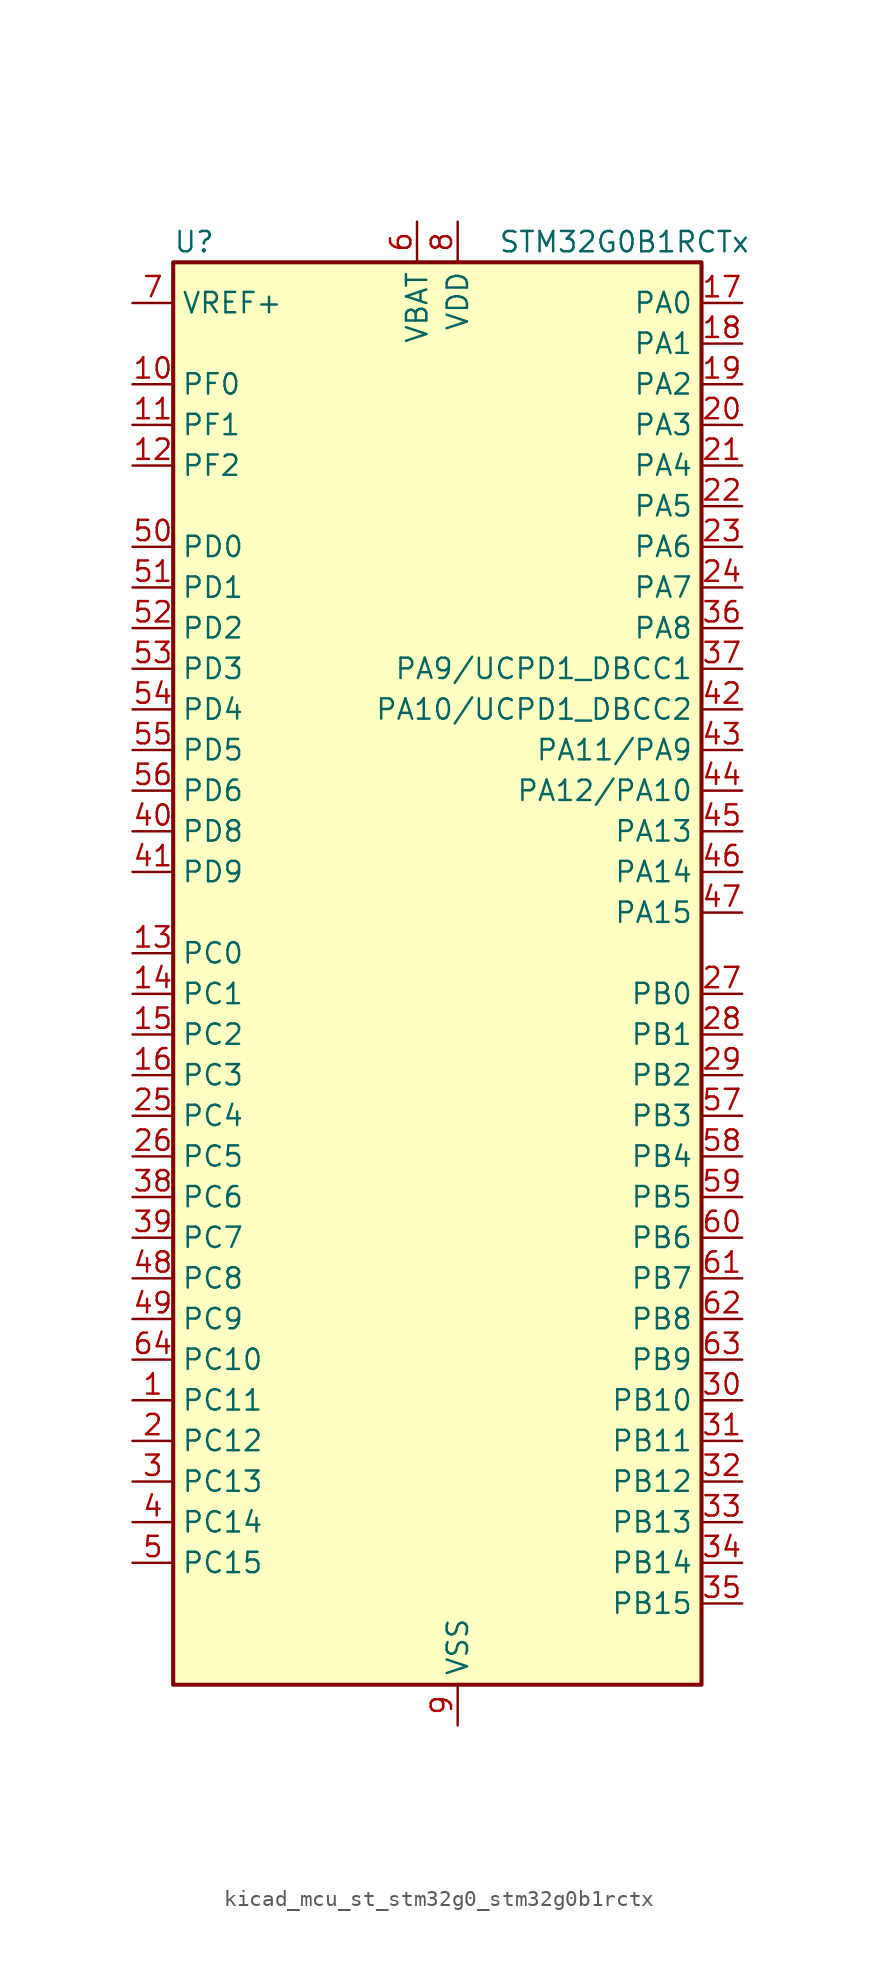
<source format=kicad_sym>
(kicad_symbol_lib
  (version 20220914)
  (generator kicad_symbol_editor)
  (symbol "kicad_mcu_st_stm32g0_stm32g0b1rctx"
    (property "Reference" "U"
      (at -15.24 46.99 0)
      (effects (font (size 1.27 1.27)) (justify left)))
    (property "Value" "STM32G0B1RCTx"
      (at 5.08 46.99 0)
      (effects (font (size 1.27 1.27)) (justify left)))
    (property "ki_locked" ""
      (at 0 0 0)
      (effects (font (size 1.27 1.27))))
    (symbol "kicad_mcu_st_stm32g0_stm32g0b1rctx_0_1"
      (rectangle (start -15.24 -43.18) (end 17.78 45.72) (stroke (width 0.254) (type default)) (fill (type background))))
    (symbol "kicad_mcu_st_stm32g0_stm32g0b1rctx_1_1"
      (pin bidirectional line (at -17.78 -25.4 0) (length 2.54) (name "PC11" (effects (font (size 1.27 1.27)))) (number "1" (effects (font (size 1.27 1.27)))) (alternate "ADC1_EXTI11" bidirectional line) (alternate "SPI3_MISO" bidirectional line) (alternate "TIM1_CH4" bidirectional line) (alternate "USART3_RX" bidirectional line) (alternate "USART4_RX" bidirectional line))
      (pin bidirectional line (at -17.78 38.1 0) (length 2.54) (name "PF0" (effects (font (size 1.27 1.27)))) (number "10" (effects (font (size 1.27 1.27)))) (alternate "CRS1_SYNC" bidirectional line) (alternate "RCC_OSC_IN" bidirectional line) (alternate "TIM14_CH1" bidirectional line))
      (pin bidirectional line (at -17.78 35.56 0) (length 2.54) (name "PF1" (effects (font (size 1.27 1.27)))) (number "11" (effects (font (size 1.27 1.27)))) (alternate "RCC_OSC_EN" bidirectional line) (alternate "RCC_OSC_OUT" bidirectional line) (alternate "TIM15_CH1N" bidirectional line))
      (pin bidirectional line (at -17.78 33.02 0) (length 2.54) (name "PF2" (effects (font (size 1.27 1.27)))) (number "12" (effects (font (size 1.27 1.27)))) (alternate "LPUART2_DE" bidirectional line) (alternate "LPUART2_RTS" bidirectional line) (alternate "LPUART2_TX" bidirectional line) (alternate "RCC_MCO" bidirectional line))
      (pin bidirectional line (at -17.78 2.54 0) (length 2.54) (name "PC0" (effects (font (size 1.27 1.27)))) (number "13" (effects (font (size 1.27 1.27)))) (alternate "COMP3_INM" bidirectional line) (alternate "COMP3_OUT" bidirectional line) (alternate "I2C3_SCL" bidirectional line) (alternate "LPTIM1_IN1" bidirectional line) (alternate "LPTIM2_IN1" bidirectional line) (alternate "LPUART1_RX" bidirectional line) (alternate "LPUART2_TX" bidirectional line) (alternate "USART6_TX" bidirectional line))
      (pin bidirectional line (at -17.78 0 0) (length 2.54) (name "PC1" (effects (font (size 1.27 1.27)))) (number "14" (effects (font (size 1.27 1.27)))) (alternate "COMP3_INP" bidirectional line) (alternate "I2C3_SDA" bidirectional line) (alternate "LPTIM1_OUT" bidirectional line) (alternate "LPUART1_TX" bidirectional line) (alternate "LPUART2_RX" bidirectional line) (alternate "TIM15_CH1" bidirectional line) (alternate "USART6_RX" bidirectional line))
      (pin bidirectional line (at -17.78 -2.54 0) (length 2.54) (name "PC2" (effects (font (size 1.27 1.27)))) (number "15" (effects (font (size 1.27 1.27)))) (alternate "COMP3_OUT" bidirectional line) (alternate "FDCAN2_RX" bidirectional line) (alternate "I2S2_MCK" bidirectional line) (alternate "LPTIM1_IN2" bidirectional line) (alternate "SPI2_MISO" bidirectional line) (alternate "TIM15_CH2" bidirectional line))
      (pin bidirectional line (at -17.78 -5.08 0) (length 2.54) (name "PC3" (effects (font (size 1.27 1.27)))) (number "16" (effects (font (size 1.27 1.27)))) (alternate "FDCAN2_TX" bidirectional line) (alternate "I2S2_SD" bidirectional line) (alternate "LPTIM1_ETR" bidirectional line) (alternate "LPTIM2_ETR" bidirectional line) (alternate "SPI2_MOSI" bidirectional line))
      (pin bidirectional line (at 20.32 43.18 180) (length 2.54) (name "PA0" (effects (font (size 1.27 1.27)))) (number "17" (effects (font (size 1.27 1.27)))) (alternate "ADC1_IN0" bidirectional line) (alternate "COMP1_INM" bidirectional line) (alternate "COMP1_OUT" bidirectional line) (alternate "I2S2_CK" bidirectional line) (alternate "LPTIM1_OUT" bidirectional line) (alternate "RTC_TAMP_IN2" bidirectional line) (alternate "SPI2_SCK" bidirectional line) (alternate "SYS_WKUP1" bidirectional line) (alternate "TIM2_CH1" bidirectional line) (alternate "TIM2_ETR" bidirectional line) (alternate "UCPD2_FRSTX1" bidirectional line) (alternate "UCPD2_FRSTX2" bidirectional line) (alternate "USART2_CTS" bidirectional line) (alternate "USART2_NSS" bidirectional line) (alternate "USART4_TX" bidirectional line))
      (pin bidirectional line (at 20.32 40.64 180) (length 2.54) (name "PA1" (effects (font (size 1.27 1.27)))) (number "18" (effects (font (size 1.27 1.27)))) (alternate "ADC1_IN1" bidirectional line) (alternate "COMP1_INP" bidirectional line) (alternate "I2C1_SMBA" bidirectional line) (alternate "I2S1_CK" bidirectional line) (alternate "SPI1_SCK" bidirectional line) (alternate "TIM15_CH1N" bidirectional line) (alternate "TIM2_CH2" bidirectional line) (alternate "USART2_CK" bidirectional line) (alternate "USART2_DE" bidirectional line) (alternate "USART2_RTS" bidirectional line) (alternate "USART4_RX" bidirectional line))
      (pin bidirectional line (at 20.32 38.1 180) (length 2.54) (name "PA2" (effects (font (size 1.27 1.27)))) (number "19" (effects (font (size 1.27 1.27)))) (alternate "ADC1_IN2" bidirectional line) (alternate "COMP2_INM" bidirectional line) (alternate "COMP2_OUT" bidirectional line) (alternate "I2S1_SD" bidirectional line) (alternate "LPUART1_TX" bidirectional line) (alternate "RCC_LSCO" bidirectional line) (alternate "SPI1_MOSI" bidirectional line) (alternate "SYS_WKUP4" bidirectional line) (alternate "TIM15_CH1" bidirectional line) (alternate "TIM2_CH3" bidirectional line) (alternate "UCPD1_FRSTX1" bidirectional line) (alternate "UCPD1_FRSTX2" bidirectional line) (alternate "USART2_TX" bidirectional line))
      (pin bidirectional line (at -17.78 -27.94 0) (length 2.54) (name "PC12" (effects (font (size 1.27 1.27)))) (number "2" (effects (font (size 1.27 1.27)))) (alternate "LPTIM1_IN1" bidirectional line) (alternate "SPI3_MOSI" bidirectional line) (alternate "TIM14_CH1" bidirectional line) (alternate "UCPD1_FRSTX1" bidirectional line) (alternate "UCPD1_FRSTX2" bidirectional line) (alternate "USART5_TX" bidirectional line))
      (pin bidirectional line (at 20.32 35.56 180) (length 2.54) (name "PA3" (effects (font (size 1.27 1.27)))) (number "20" (effects (font (size 1.27 1.27)))) (alternate "ADC1_IN3" bidirectional line) (alternate "COMP2_INP" bidirectional line) (alternate "I2S2_MCK" bidirectional line) (alternate "LPUART1_RX" bidirectional line) (alternate "SPI2_MISO" bidirectional line) (alternate "TIM15_CH2" bidirectional line) (alternate "TIM2_CH4" bidirectional line) (alternate "UCPD2_FRSTX1" bidirectional line) (alternate "UCPD2_FRSTX2" bidirectional line) (alternate "USART2_RX" bidirectional line))
      (pin bidirectional line (at 20.32 33.02 180) (length 2.54) (name "PA4" (effects (font (size 1.27 1.27)))) (number "21" (effects (font (size 1.27 1.27)))) (alternate "ADC1_IN4" bidirectional line) (alternate "DAC1_OUT1" bidirectional line) (alternate "I2S1_WS" bidirectional line) (alternate "I2S2_SD" bidirectional line) (alternate "LPTIM2_OUT" bidirectional line) (alternate "RTC_OUT2" bidirectional line) (alternate "SPI1_NSS" bidirectional line) (alternate "SPI2_MOSI" bidirectional line) (alternate "SPI3_NSS" bidirectional line) (alternate "TIM14_CH1" bidirectional line) (alternate "UCPD2_FRSTX1" bidirectional line) (alternate "UCPD2_FRSTX2" bidirectional line) (alternate "USART6_TX" bidirectional line) (alternate "USB_NOE" bidirectional line))
      (pin bidirectional line (at 20.32 30.48 180) (length 2.54) (name "PA5" (effects (font (size 1.27 1.27)))) (number "22" (effects (font (size 1.27 1.27)))) (alternate "ADC1_IN5" bidirectional line) (alternate "CEC" bidirectional line) (alternate "DAC1_OUT2" bidirectional line) (alternate "I2S1_CK" bidirectional line) (alternate "LPTIM2_ETR" bidirectional line) (alternate "SPI1_SCK" bidirectional line) (alternate "TIM2_CH1" bidirectional line) (alternate "TIM2_ETR" bidirectional line) (alternate "UCPD1_FRSTX1" bidirectional line) (alternate "UCPD1_FRSTX2" bidirectional line) (alternate "USART3_TX" bidirectional line) (alternate "USART6_RX" bidirectional line))
      (pin bidirectional line (at 20.32 27.94 180) (length 2.54) (name "PA6" (effects (font (size 1.27 1.27)))) (number "23" (effects (font (size 1.27 1.27)))) (alternate "ADC1_IN6" bidirectional line) (alternate "COMP1_OUT" bidirectional line) (alternate "I2C2_SDA" bidirectional line) (alternate "I2C3_SDA" bidirectional line) (alternate "I2S1_MCK" bidirectional line) (alternate "LPUART1_CTS" bidirectional line) (alternate "SPI1_MISO" bidirectional line) (alternate "TIM16_CH1" bidirectional line) (alternate "TIM1_BK" bidirectional line) (alternate "TIM3_CH1" bidirectional line) (alternate "USART3_CTS" bidirectional line) (alternate "USART3_NSS" bidirectional line) (alternate "USART6_CTS" bidirectional line) (alternate "USART6_NSS" bidirectional line))
      (pin bidirectional line (at 20.32 25.4 180) (length 2.54) (name "PA7" (effects (font (size 1.27 1.27)))) (number "24" (effects (font (size 1.27 1.27)))) (alternate "ADC1_IN7" bidirectional line) (alternate "COMP2_OUT" bidirectional line) (alternate "I2C2_SCL" bidirectional line) (alternate "I2C3_SCL" bidirectional line) (alternate "I2S1_SD" bidirectional line) (alternate "SPI1_MOSI" bidirectional line) (alternate "TIM14_CH1" bidirectional line) (alternate "TIM17_CH1" bidirectional line) (alternate "TIM1_CH1N" bidirectional line) (alternate "TIM3_CH2" bidirectional line) (alternate "UCPD1_FRSTX1" bidirectional line) (alternate "UCPD1_FRSTX2" bidirectional line) (alternate "USART6_CK" bidirectional line) (alternate "USART6_DE" bidirectional line) (alternate "USART6_RTS" bidirectional line))
      (pin bidirectional line (at -17.78 -7.62 0) (length 2.54) (name "PC4" (effects (font (size 1.27 1.27)))) (number "25" (effects (font (size 1.27 1.27)))) (alternate "ADC1_IN17" bidirectional line) (alternate "COMP1_INM" bidirectional line) (alternate "FDCAN1_RX" bidirectional line) (alternate "TIM2_CH1" bidirectional line) (alternate "TIM2_ETR" bidirectional line) (alternate "USART1_TX" bidirectional line) (alternate "USART3_TX" bidirectional line))
      (pin bidirectional line (at -17.78 -10.16 0) (length 2.54) (name "PC5" (effects (font (size 1.27 1.27)))) (number "26" (effects (font (size 1.27 1.27)))) (alternate "ADC1_IN18" bidirectional line) (alternate "COMP1_INP" bidirectional line) (alternate "FDCAN1_TX" bidirectional line) (alternate "SYS_WKUP5" bidirectional line) (alternate "TIM2_CH2" bidirectional line) (alternate "USART1_RX" bidirectional line) (alternate "USART3_RX" bidirectional line))
      (pin bidirectional line (at 20.32 0 180) (length 2.54) (name "PB0" (effects (font (size 1.27 1.27)))) (number "27" (effects (font (size 1.27 1.27)))) (alternate "ADC1_IN8" bidirectional line) (alternate "COMP1_OUT" bidirectional line) (alternate "COMP3_INP" bidirectional line) (alternate "FDCAN2_RX" bidirectional line) (alternate "I2S1_WS" bidirectional line) (alternate "LPTIM1_OUT" bidirectional line) (alternate "LPUART2_CTS" bidirectional line) (alternate "SPI1_NSS" bidirectional line) (alternate "TIM1_CH2N" bidirectional line) (alternate "TIM3_CH3" bidirectional line) (alternate "UCPD1_FRSTX1" bidirectional line) (alternate "UCPD1_FRSTX2" bidirectional line) (alternate "USART3_RX" bidirectional line) (alternate "USART5_TX" bidirectional line))
      (pin bidirectional line (at 20.32 -2.54 180) (length 2.54) (name "PB1" (effects (font (size 1.27 1.27)))) (number "28" (effects (font (size 1.27 1.27)))) (alternate "ADC1_IN9" bidirectional line) (alternate "COMP1_INM" bidirectional line) (alternate "COMP3_OUT" bidirectional line) (alternate "FDCAN2_TX" bidirectional line) (alternate "LPTIM2_IN1" bidirectional line) (alternate "LPUART1_DE" bidirectional line) (alternate "LPUART1_RTS" bidirectional line) (alternate "LPUART2_DE" bidirectional line) (alternate "LPUART2_RTS" bidirectional line) (alternate "TIM14_CH1" bidirectional line) (alternate "TIM1_CH3N" bidirectional line) (alternate "TIM3_CH4" bidirectional line) (alternate "USART3_CK" bidirectional line) (alternate "USART3_DE" bidirectional line) (alternate "USART3_RTS" bidirectional line) (alternate "USART5_RX" bidirectional line))
      (pin bidirectional line (at 20.32 -5.08 180) (length 2.54) (name "PB2" (effects (font (size 1.27 1.27)))) (number "29" (effects (font (size 1.27 1.27)))) (alternate "ADC1_IN10" bidirectional line) (alternate "COMP1_INP" bidirectional line) (alternate "COMP3_INM" bidirectional line) (alternate "I2S2_MCK" bidirectional line) (alternate "LPTIM1_OUT" bidirectional line) (alternate "RCC_MCO_2" bidirectional line) (alternate "SPI2_MISO" bidirectional line) (alternate "USART3_TX" bidirectional line))
      (pin bidirectional line (at -17.78 -30.48 0) (length 2.54) (name "PC13" (effects (font (size 1.27 1.27)))) (number "3" (effects (font (size 1.27 1.27)))) (alternate "RTC_OUT1" bidirectional line) (alternate "RTC_TAMP_IN1" bidirectional line) (alternate "RTC_TS" bidirectional line) (alternate "SYS_WKUP2" bidirectional line) (alternate "TIM1_BK" bidirectional line))
      (pin bidirectional line (at 20.32 -25.4 180) (length 2.54) (name "PB10" (effects (font (size 1.27 1.27)))) (number "30" (effects (font (size 1.27 1.27)))) (alternate "ADC1_IN11" bidirectional line) (alternate "CEC" bidirectional line) (alternate "COMP1_OUT" bidirectional line) (alternate "I2C2_SCL" bidirectional line) (alternate "I2S2_CK" bidirectional line) (alternate "LPUART1_RX" bidirectional line) (alternate "SPI2_SCK" bidirectional line) (alternate "TIM2_CH3" bidirectional line) (alternate "USART3_TX" bidirectional line))
      (pin bidirectional line (at 20.32 -27.94 180) (length 2.54) (name "PB11" (effects (font (size 1.27 1.27)))) (number "31" (effects (font (size 1.27 1.27)))) (alternate "ADC1_EXTI11" bidirectional line) (alternate "ADC1_IN15" bidirectional line) (alternate "COMP2_OUT" bidirectional line) (alternate "I2C2_SDA" bidirectional line) (alternate "I2S2_SD" bidirectional line) (alternate "LPUART1_TX" bidirectional line) (alternate "SPI2_MOSI" bidirectional line) (alternate "TIM2_CH4" bidirectional line) (alternate "USART3_RX" bidirectional line))
      (pin bidirectional line (at 20.32 -30.48 180) (length 2.54) (name "PB12" (effects (font (size 1.27 1.27)))) (number "32" (effects (font (size 1.27 1.27)))) (alternate "ADC1_IN16" bidirectional line) (alternate "FDCAN2_RX" bidirectional line) (alternate "I2C2_SMBA" bidirectional line) (alternate "I2S2_WS" bidirectional line) (alternate "LPUART1_DE" bidirectional line) (alternate "LPUART1_RTS" bidirectional line) (alternate "SPI2_NSS" bidirectional line) (alternate "TIM15_BK" bidirectional line) (alternate "TIM1_BK" bidirectional line) (alternate "UCPD2_FRSTX1" bidirectional line) (alternate "UCPD2_FRSTX2" bidirectional line))
      (pin bidirectional line (at 20.32 -33.02 180) (length 2.54) (name "PB13" (effects (font (size 1.27 1.27)))) (number "33" (effects (font (size 1.27 1.27)))) (alternate "FDCAN2_TX" bidirectional line) (alternate "I2C2_SCL" bidirectional line) (alternate "I2S2_CK" bidirectional line) (alternate "LPUART1_CTS" bidirectional line) (alternate "SPI2_SCK" bidirectional line) (alternate "TIM15_CH1N" bidirectional line) (alternate "TIM1_CH1N" bidirectional line) (alternate "USART3_CTS" bidirectional line) (alternate "USART3_NSS" bidirectional line))
      (pin bidirectional line (at 20.32 -35.56 180) (length 2.54) (name "PB14" (effects (font (size 1.27 1.27)))) (number "34" (effects (font (size 1.27 1.27)))) (alternate "I2C2_SDA" bidirectional line) (alternate "I2S2_MCK" bidirectional line) (alternate "SPI2_MISO" bidirectional line) (alternate "TIM15_CH1" bidirectional line) (alternate "TIM1_CH2N" bidirectional line) (alternate "UCPD1_FRSTX1" bidirectional line) (alternate "UCPD1_FRSTX2" bidirectional line) (alternate "USART3_CK" bidirectional line) (alternate "USART3_DE" bidirectional line) (alternate "USART3_RTS" bidirectional line) (alternate "USART6_CK" bidirectional line) (alternate "USART6_DE" bidirectional line) (alternate "USART6_RTS" bidirectional line))
      (pin bidirectional line (at 20.32 -38.1 180) (length 2.54) (name "PB15" (effects (font (size 1.27 1.27)))) (number "35" (effects (font (size 1.27 1.27)))) (alternate "I2S2_SD" bidirectional line) (alternate "RTC_REFIN" bidirectional line) (alternate "SPI2_MOSI" bidirectional line) (alternate "TIM15_CH1N" bidirectional line) (alternate "TIM15_CH2" bidirectional line) (alternate "TIM1_CH3N" bidirectional line) (alternate "UCPD1_CC2" bidirectional line) (alternate "USART6_CTS" bidirectional line) (alternate "USART6_NSS" bidirectional line))
      (pin bidirectional line (at 20.32 22.86 180) (length 2.54) (name "PA8" (effects (font (size 1.27 1.27)))) (number "36" (effects (font (size 1.27 1.27)))) (alternate "CRS1_SYNC" bidirectional line) (alternate "I2C2_SMBA" bidirectional line) (alternate "I2S2_WS" bidirectional line) (alternate "LPTIM2_OUT" bidirectional line) (alternate "RCC_MCO" bidirectional line) (alternate "SPI2_NSS" bidirectional line) (alternate "TIM1_CH1" bidirectional line) (alternate "UCPD1_CC1" bidirectional line))
      (pin bidirectional line (at 20.32 20.32 180) (length 2.54) (name "PA9/UCPD1_DBCC1" (effects (font (size 1.27 1.27)))) (number "37" (effects (font (size 1.27 1.27)))) (alternate "DAC1_EXTI9" bidirectional line) (alternate "I2C1_SCL" bidirectional line) (alternate "I2C2_SCL" bidirectional line) (alternate "I2S2_MCK" bidirectional line) (alternate "RCC_MCO" bidirectional line) (alternate "SPI2_MISO" bidirectional line) (alternate "TIM15_BK" bidirectional line) (alternate "TIM1_CH2" bidirectional line) (alternate "UCPD1_DBCC1" bidirectional line) (alternate "USART1_TX" bidirectional line))
      (pin bidirectional line (at -17.78 -12.7 0) (length 2.54) (name "PC6" (effects (font (size 1.27 1.27)))) (number "38" (effects (font (size 1.27 1.27)))) (alternate "LPUART2_TX" bidirectional line) (alternate "TIM2_CH3" bidirectional line) (alternate "TIM3_CH1" bidirectional line) (alternate "UCPD1_FRSTX1" bidirectional line) (alternate "UCPD1_FRSTX2" bidirectional line))
      (pin bidirectional line (at -17.78 -15.24 0) (length 2.54) (name "PC7" (effects (font (size 1.27 1.27)))) (number "39" (effects (font (size 1.27 1.27)))) (alternate "LPUART2_RX" bidirectional line) (alternate "TIM2_CH4" bidirectional line) (alternate "TIM3_CH2" bidirectional line) (alternate "UCPD2_FRSTX1" bidirectional line) (alternate "UCPD2_FRSTX2" bidirectional line))
      (pin bidirectional line (at -17.78 -33.02 0) (length 2.54) (name "PC14" (effects (font (size 1.27 1.27)))) (number "4" (effects (font (size 1.27 1.27)))) (alternate "RCC_OSC32_IN" bidirectional line) (alternate "TIM1_BK2" bidirectional line))
      (pin bidirectional line (at -17.78 10.16 0) (length 2.54) (name "PD8" (effects (font (size 1.27 1.27)))) (number "40" (effects (font (size 1.27 1.27)))) (alternate "I2S1_CK" bidirectional line) (alternate "LPTIM1_OUT" bidirectional line) (alternate "SPI1_SCK" bidirectional line) (alternate "USART3_TX" bidirectional line))
      (pin bidirectional line (at -17.78 7.62 0) (length 2.54) (name "PD9" (effects (font (size 1.27 1.27)))) (number "41" (effects (font (size 1.27 1.27)))) (alternate "DAC1_EXTI9" bidirectional line) (alternate "I2S1_WS" bidirectional line) (alternate "SPI1_NSS" bidirectional line) (alternate "TIM1_BK2" bidirectional line) (alternate "USART3_RX" bidirectional line))
      (pin bidirectional line (at 20.32 17.78 180) (length 2.54) (name "PA10/UCPD1_DBCC2" (effects (font (size 1.27 1.27)))) (number "42" (effects (font (size 1.27 1.27)))) (alternate "I2C1_SDA" bidirectional line) (alternate "I2C2_SDA" bidirectional line) (alternate "I2S2_SD" bidirectional line) (alternate "RCC_MCO_2" bidirectional line) (alternate "SPI2_MOSI" bidirectional line) (alternate "TIM17_BK" bidirectional line) (alternate "TIM1_CH3" bidirectional line) (alternate "UCPD1_DBCC2" bidirectional line) (alternate "USART1_RX" bidirectional line))
      (pin bidirectional line (at 20.32 15.24 180) (length 2.54) (name "PA11/PA9" (effects (font (size 1.27 1.27)))) (number "43" (effects (font (size 1.27 1.27)))) (alternate "ADC1_EXTI11" bidirectional line) (alternate "COMP1_OUT" bidirectional line) (alternate "FDCAN1_RX" bidirectional line) (alternate "I2C2_SCL" bidirectional line) (alternate "I2S1_MCK" bidirectional line) (alternate "SPI1_MISO" bidirectional line) (alternate "TIM1_BK2" bidirectional line) (alternate "TIM1_CH4" bidirectional line) (alternate "USART1_CTS" bidirectional line) (alternate "USART1_NSS" bidirectional line) (alternate "USB_DM" bidirectional line))
      (pin bidirectional line (at 20.32 12.7 180) (length 2.54) (name "PA12/PA10" (effects (font (size 1.27 1.27)))) (number "44" (effects (font (size 1.27 1.27)))) (alternate "COMP2_OUT" bidirectional line) (alternate "FDCAN1_TX" bidirectional line) (alternate "I2C2_SDA" bidirectional line) (alternate "I2S1_SD" bidirectional line) (alternate "I2S_CKIN" bidirectional line) (alternate "SPI1_MOSI" bidirectional line) (alternate "TIM1_ETR" bidirectional line) (alternate "USART1_CK" bidirectional line) (alternate "USART1_DE" bidirectional line) (alternate "USART1_RTS" bidirectional line) (alternate "USB_DP" bidirectional line))
      (pin bidirectional line (at 20.32 10.16 180) (length 2.54) (name "PA13" (effects (font (size 1.27 1.27)))) (number "45" (effects (font (size 1.27 1.27)))) (alternate "IR_OUT" bidirectional line) (alternate "LPUART2_RX" bidirectional line) (alternate "SYS_SWDIO" bidirectional line) (alternate "USB_NOE" bidirectional line))
      (pin bidirectional line (at 20.32 7.62 180) (length 2.54) (name "PA14" (effects (font (size 1.27 1.27)))) (number "46" (effects (font (size 1.27 1.27)))) (alternate "LPUART2_TX" bidirectional line) (alternate "SYS_SWCLK" bidirectional line) (alternate "USART2_TX" bidirectional line))
      (pin bidirectional line (at 20.32 5.08 180) (length 2.54) (name "PA15" (effects (font (size 1.27 1.27)))) (number "47" (effects (font (size 1.27 1.27)))) (alternate "I2C2_SMBA" bidirectional line) (alternate "I2S1_WS" bidirectional line) (alternate "RCC_MCO_2" bidirectional line) (alternate "SPI1_NSS" bidirectional line) (alternate "SPI3_NSS" bidirectional line) (alternate "TIM2_CH1" bidirectional line) (alternate "TIM2_ETR" bidirectional line) (alternate "USART2_RX" bidirectional line) (alternate "USART3_CK" bidirectional line) (alternate "USART3_DE" bidirectional line) (alternate "USART3_RTS" bidirectional line) (alternate "USART4_CK" bidirectional line) (alternate "USART4_DE" bidirectional line) (alternate "USART4_RTS" bidirectional line) (alternate "USB_NOE" bidirectional line))
      (pin bidirectional line (at -17.78 -17.78 0) (length 2.54) (name "PC8" (effects (font (size 1.27 1.27)))) (number "48" (effects (font (size 1.27 1.27)))) (alternate "LPUART2_CTS" bidirectional line) (alternate "TIM1_CH1" bidirectional line) (alternate "TIM3_CH3" bidirectional line) (alternate "UCPD2_FRSTX1" bidirectional line) (alternate "UCPD2_FRSTX2" bidirectional line))
      (pin bidirectional line (at -17.78 -20.32 0) (length 2.54) (name "PC9" (effects (font (size 1.27 1.27)))) (number "49" (effects (font (size 1.27 1.27)))) (alternate "DAC1_EXTI9" bidirectional line) (alternate "I2S_CKIN" bidirectional line) (alternate "LPUART2_DE" bidirectional line) (alternate "LPUART2_RTS" bidirectional line) (alternate "TIM1_CH2" bidirectional line) (alternate "TIM3_CH4" bidirectional line) (alternate "USB_NOE" bidirectional line))
      (pin bidirectional line (at -17.78 -35.56 0) (length 2.54) (name "PC15" (effects (font (size 1.27 1.27)))) (number "5" (effects (font (size 1.27 1.27)))) (alternate "RCC_OSC32_EN" bidirectional line) (alternate "RCC_OSC32_OUT" bidirectional line) (alternate "RCC_OSC_EN" bidirectional line) (alternate "TIM15_BK" bidirectional line))
      (pin bidirectional line (at -17.78 27.94 0) (length 2.54) (name "PD0" (effects (font (size 1.27 1.27)))) (number "50" (effects (font (size 1.27 1.27)))) (alternate "FDCAN1_RX" bidirectional line) (alternate "I2S2_WS" bidirectional line) (alternate "SPI2_NSS" bidirectional line) (alternate "TIM16_CH1" bidirectional line) (alternate "UCPD2_CC1" bidirectional line))
      (pin bidirectional line (at -17.78 25.4 0) (length 2.54) (name "PD1" (effects (font (size 1.27 1.27)))) (number "51" (effects (font (size 1.27 1.27)))) (alternate "FDCAN1_TX" bidirectional line) (alternate "I2S2_CK" bidirectional line) (alternate "SPI2_SCK" bidirectional line) (alternate "TIM17_CH1" bidirectional line) (alternate "UCPD2_DBCC1" bidirectional line))
      (pin bidirectional line (at -17.78 22.86 0) (length 2.54) (name "PD2" (effects (font (size 1.27 1.27)))) (number "52" (effects (font (size 1.27 1.27)))) (alternate "TIM1_CH1N" bidirectional line) (alternate "TIM3_ETR" bidirectional line) (alternate "UCPD2_CC2" bidirectional line) (alternate "USART3_CK" bidirectional line) (alternate "USART3_DE" bidirectional line) (alternate "USART3_RTS" bidirectional line) (alternate "USART5_RX" bidirectional line))
      (pin bidirectional line (at -17.78 20.32 0) (length 2.54) (name "PD3" (effects (font (size 1.27 1.27)))) (number "53" (effects (font (size 1.27 1.27)))) (alternate "I2S2_MCK" bidirectional line) (alternate "SPI2_MISO" bidirectional line) (alternate "TIM1_CH2N" bidirectional line) (alternate "UCPD2_DBCC2" bidirectional line) (alternate "USART2_CTS" bidirectional line) (alternate "USART2_NSS" bidirectional line) (alternate "USART5_TX" bidirectional line))
      (pin bidirectional line (at -17.78 17.78 0) (length 2.54) (name "PD4" (effects (font (size 1.27 1.27)))) (number "54" (effects (font (size 1.27 1.27)))) (alternate "I2S2_SD" bidirectional line) (alternate "SPI2_MOSI" bidirectional line) (alternate "TIM1_CH3N" bidirectional line) (alternate "USART2_CK" bidirectional line) (alternate "USART2_DE" bidirectional line) (alternate "USART2_RTS" bidirectional line) (alternate "USART5_CK" bidirectional line) (alternate "USART5_DE" bidirectional line) (alternate "USART5_RTS" bidirectional line))
      (pin bidirectional line (at -17.78 15.24 0) (length 2.54) (name "PD5" (effects (font (size 1.27 1.27)))) (number "55" (effects (font (size 1.27 1.27)))) (alternate "I2S1_MCK" bidirectional line) (alternate "SPI1_MISO" bidirectional line) (alternate "TIM1_BK" bidirectional line) (alternate "USART2_TX" bidirectional line) (alternate "USART5_CTS" bidirectional line) (alternate "USART5_NSS" bidirectional line))
      (pin bidirectional line (at -17.78 12.7 0) (length 2.54) (name "PD6" (effects (font (size 1.27 1.27)))) (number "56" (effects (font (size 1.27 1.27)))) (alternate "I2S1_SD" bidirectional line) (alternate "LPTIM2_OUT" bidirectional line) (alternate "SPI1_MOSI" bidirectional line) (alternate "USART2_RX" bidirectional line))
      (pin bidirectional line (at 20.32 -7.62 180) (length 2.54) (name "PB3" (effects (font (size 1.27 1.27)))) (number "57" (effects (font (size 1.27 1.27)))) (alternate "COMP2_INM" bidirectional line) (alternate "I2C2_SCL" bidirectional line) (alternate "I2C3_SCL" bidirectional line) (alternate "I2S1_CK" bidirectional line) (alternate "SPI1_SCK" bidirectional line) (alternate "SPI3_SCK" bidirectional line) (alternate "TIM1_CH2" bidirectional line) (alternate "TIM2_CH2" bidirectional line) (alternate "USART1_CK" bidirectional line) (alternate "USART1_DE" bidirectional line) (alternate "USART1_RTS" bidirectional line) (alternate "USART5_TX" bidirectional line))
      (pin bidirectional line (at 20.32 -10.16 180) (length 2.54) (name "PB4" (effects (font (size 1.27 1.27)))) (number "58" (effects (font (size 1.27 1.27)))) (alternate "COMP2_INP" bidirectional line) (alternate "I2C2_SDA" bidirectional line) (alternate "I2C3_SDA" bidirectional line) (alternate "I2S1_MCK" bidirectional line) (alternate "SPI1_MISO" bidirectional line) (alternate "SPI3_MISO" bidirectional line) (alternate "TIM17_BK" bidirectional line) (alternate "TIM3_CH1" bidirectional line) (alternate "USART1_CTS" bidirectional line) (alternate "USART1_NSS" bidirectional line) (alternate "USART5_RX" bidirectional line))
      (pin bidirectional line (at 20.32 -12.7 180) (length 2.54) (name "PB5" (effects (font (size 1.27 1.27)))) (number "59" (effects (font (size 1.27 1.27)))) (alternate "COMP2_OUT" bidirectional line) (alternate "FDCAN2_RX" bidirectional line) (alternate "I2C1_SMBA" bidirectional line) (alternate "I2S1_SD" bidirectional line) (alternate "LPTIM1_IN1" bidirectional line) (alternate "SPI1_MOSI" bidirectional line) (alternate "SPI3_MOSI" bidirectional line) (alternate "SYS_WKUP6" bidirectional line) (alternate "TIM16_BK" bidirectional line) (alternate "TIM3_CH2" bidirectional line) (alternate "USART5_CK" bidirectional line) (alternate "USART5_DE" bidirectional line) (alternate "USART5_RTS" bidirectional line))
      (pin power_in line (at 0 48.26 270) (length 2.54) (name "VBAT" (effects (font (size 1.27 1.27)))) (number "6" (effects (font (size 1.27 1.27)))))
      (pin bidirectional line (at 20.32 -15.24 180) (length 2.54) (name "PB6" (effects (font (size 1.27 1.27)))) (number "60" (effects (font (size 1.27 1.27)))) (alternate "COMP2_INP" bidirectional line) (alternate "FDCAN2_TX" bidirectional line) (alternate "I2C1_SCL" bidirectional line) (alternate "I2S2_MCK" bidirectional line) (alternate "LPTIM1_ETR" bidirectional line) (alternate "LPUART2_TX" bidirectional line) (alternate "SPI2_MISO" bidirectional line) (alternate "TIM16_CH1N" bidirectional line) (alternate "TIM1_CH3" bidirectional line) (alternate "TIM4_CH1" bidirectional line) (alternate "USART1_TX" bidirectional line) (alternate "USART5_CTS" bidirectional line) (alternate "USART5_NSS" bidirectional line))
      (pin bidirectional line (at 20.32 -17.78 180) (length 2.54) (name "PB7" (effects (font (size 1.27 1.27)))) (number "61" (effects (font (size 1.27 1.27)))) (alternate "COMP2_INM" bidirectional line) (alternate "I2C1_SDA" bidirectional line) (alternate "I2S2_SD" bidirectional line) (alternate "LPTIM1_IN2" bidirectional line) (alternate "LPUART2_RX" bidirectional line) (alternate "SPI2_MOSI" bidirectional line) (alternate "SYS_PVD_IN" bidirectional line) (alternate "TIM17_CH1N" bidirectional line) (alternate "TIM4_CH2" bidirectional line) (alternate "USART1_RX" bidirectional line) (alternate "USART4_CTS" bidirectional line) (alternate "USART4_NSS" bidirectional line))
      (pin bidirectional line (at 20.32 -20.32 180) (length 2.54) (name "PB8" (effects (font (size 1.27 1.27)))) (number "62" (effects (font (size 1.27 1.27)))) (alternate "CEC" bidirectional line) (alternate "FDCAN1_RX" bidirectional line) (alternate "I2C1_SCL" bidirectional line) (alternate "I2S2_CK" bidirectional line) (alternate "SPI2_SCK" bidirectional line) (alternate "TIM15_BK" bidirectional line) (alternate "TIM16_CH1" bidirectional line) (alternate "TIM4_CH3" bidirectional line) (alternate "USART3_TX" bidirectional line) (alternate "USART6_TX" bidirectional line))
      (pin bidirectional line (at 20.32 -22.86 180) (length 2.54) (name "PB9" (effects (font (size 1.27 1.27)))) (number "63" (effects (font (size 1.27 1.27)))) (alternate "DAC1_EXTI9" bidirectional line) (alternate "FDCAN1_TX" bidirectional line) (alternate "I2C1_SDA" bidirectional line) (alternate "I2S2_WS" bidirectional line) (alternate "IR_OUT" bidirectional line) (alternate "SPI2_NSS" bidirectional line) (alternate "TIM17_CH1" bidirectional line) (alternate "TIM4_CH4" bidirectional line) (alternate "UCPD2_FRSTX1" bidirectional line) (alternate "UCPD2_FRSTX2" bidirectional line) (alternate "USART3_RX" bidirectional line) (alternate "USART6_RX" bidirectional line))
      (pin bidirectional line (at -17.78 -22.86 0) (length 2.54) (name "PC10" (effects (font (size 1.27 1.27)))) (number "64" (effects (font (size 1.27 1.27)))) (alternate "SPI3_SCK" bidirectional line) (alternate "TIM1_CH3" bidirectional line) (alternate "USART3_TX" bidirectional line) (alternate "USART4_TX" bidirectional line))
      (pin input line (at -17.78 43.18 0) (length 2.54) (name "VREF+" (effects (font (size 1.27 1.27)))) (number "7" (effects (font (size 1.27 1.27)))) (alternate "VREFBUF_OUT" bidirectional line))
      (pin power_in line (at 2.54 48.26 270) (length 2.54) (name "VDD" (effects (font (size 1.27 1.27)))) (number "8" (effects (font (size 1.27 1.27)))))
      (pin power_in line (at 2.54 -45.72 90) (length 2.54) (name "VSS" (effects (font (size 1.27 1.27)))) (number "9" (effects (font (size 1.27 1.27))))))))
</source>
